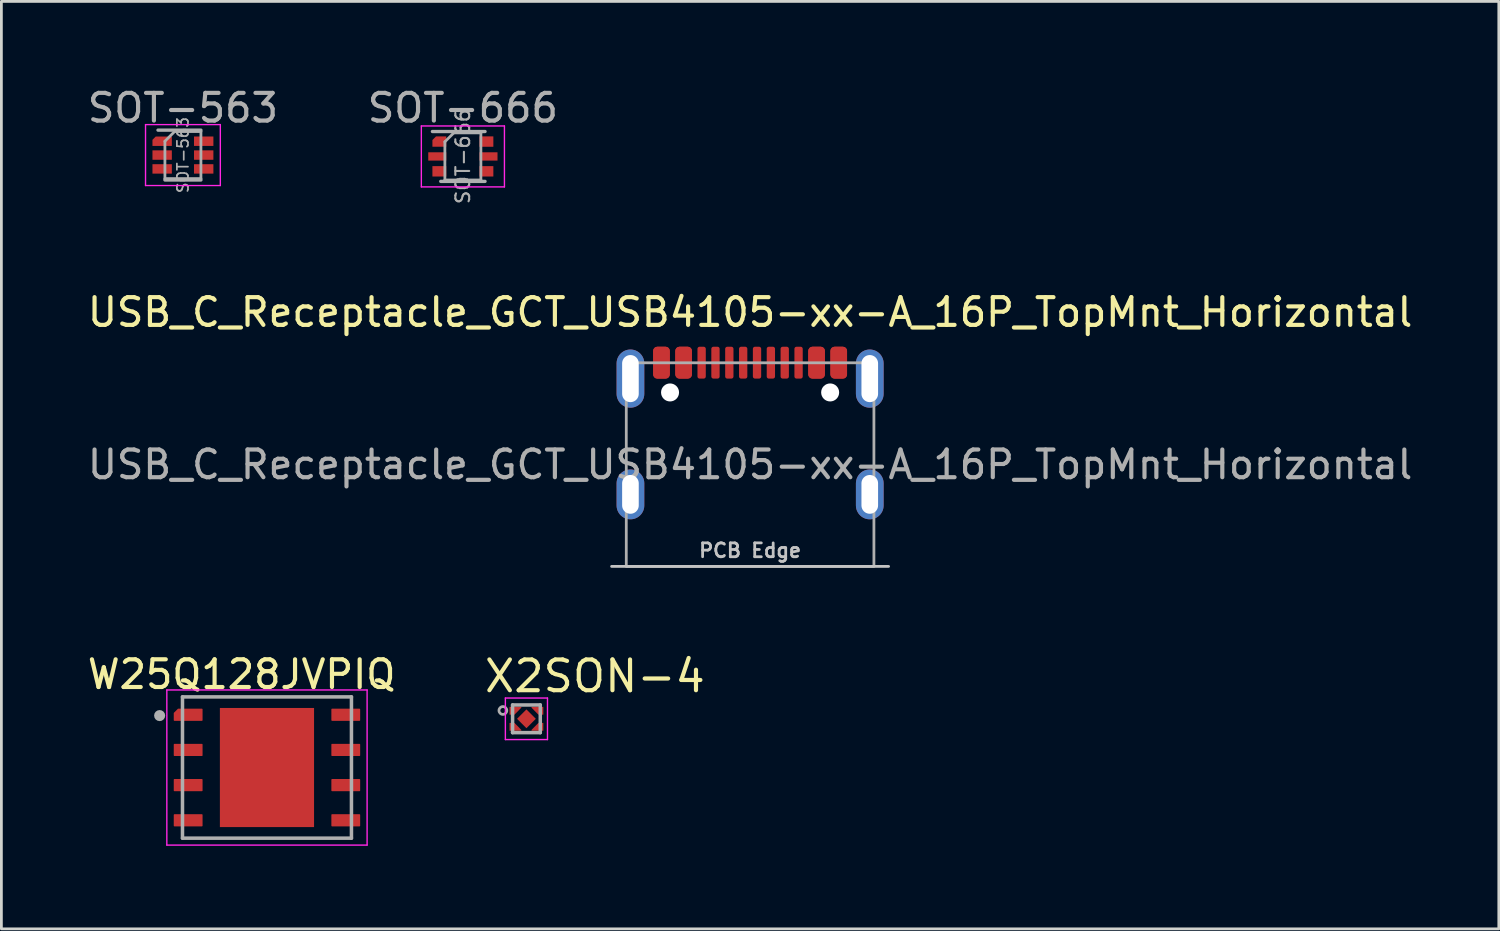
<source format=kicad_pcb>
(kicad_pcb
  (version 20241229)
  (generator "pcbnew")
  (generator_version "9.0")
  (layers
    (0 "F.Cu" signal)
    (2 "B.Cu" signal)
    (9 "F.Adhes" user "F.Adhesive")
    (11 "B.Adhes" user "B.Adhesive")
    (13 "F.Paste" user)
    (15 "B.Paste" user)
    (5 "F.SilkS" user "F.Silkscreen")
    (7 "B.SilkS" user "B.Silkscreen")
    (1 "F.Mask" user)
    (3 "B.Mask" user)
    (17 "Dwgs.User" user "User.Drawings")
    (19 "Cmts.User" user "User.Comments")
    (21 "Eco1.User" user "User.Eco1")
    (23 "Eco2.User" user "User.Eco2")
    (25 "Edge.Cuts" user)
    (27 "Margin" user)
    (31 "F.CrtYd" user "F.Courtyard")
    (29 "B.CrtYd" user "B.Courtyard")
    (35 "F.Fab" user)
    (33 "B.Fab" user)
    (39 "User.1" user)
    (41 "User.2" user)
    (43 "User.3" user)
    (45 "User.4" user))
  (footprint "W25Q128JVPIQ"
    (layer "F.Cu")
    (at 6.588 24.659)
    (property "Reference" "W25Q128JVPIQ" (at -0.915 -3.362 0) (layer "F.SilkS") (effects (font (size 1 1) (thickness 0.15))))
    (attr smd)
    (fp_poly (pts (xy -1.08 -1.36) (xy 1.08 -1.36) (xy 1.08 1.36) (xy -1.08 1.36)) (stroke (width 0.01) (type solid)) (fill yes) (layer "F.Paste"))
    (fp_line (start -3.615 -2.8) (end -3.615 2.8) (stroke (width 0.05) (type solid)) (layer "F.CrtYd"))
    (fp_line (start -3.615 -2.8) (end 3.615 -2.8) (stroke (width 0.05) (type solid)) (layer "F.CrtYd"))
    (fp_line (start -3.615 2.8) (end 3.615 2.8) (stroke (width 0.05) (type solid)) (layer "F.CrtYd"))
    (fp_line (start 3.615 -2.8) (end 3.615 2.8) (stroke (width 0.05) (type solid)) (layer "F.CrtYd"))
    (fp_line (start -3.05 -2.55) (end -3.05 2.55) (stroke (width 0.127) (type solid)) (layer "F.Fab"))
    (fp_line (start -3.05 -2.55) (end 3.05 -2.55) (stroke (width 0.127) (type solid)) (layer "F.Fab"))
    (fp_line (start -3.05 2.55) (end 3.05 2.55) (stroke (width 0.127) (type solid)) (layer "F.Fab"))
    (fp_line (start 3.05 -2.55) (end 3.05 2.55) (stroke (width 0.127) (type solid)) (layer "F.Fab"))
    (fp_circle (center -3.875 -1.875) (end -3.775 -1.875) (stroke (width 0.2) (type solid)) (fill no) (layer "F.Fab"))
    (pad "1" smd roundrect (at -2.845 -1.905) (size 1.04 0.44) (layers "F.Cu" "F.Mask" "F.Paste") (roundrect_rratio 0.06) (chamfer_ratio 0.35) (chamfer top_left))
    (pad "2" smd roundrect (at -2.845 -0.635) (size 1.04 0.44) (layers "F.Cu" "F.Mask" "F.Paste") (roundrect_rratio 0.06))
    (pad "3" smd roundrect (at -2.845 0.635) (size 1.04 0.44) (layers "F.Cu" "F.Mask" "F.Paste") (roundrect_rratio 0.06))
    (pad "4" smd roundrect (at -2.845 1.905) (size 1.04 0.44) (layers "F.Cu" "F.Mask" "F.Paste") (roundrect_rratio 0.06))
    (pad "5" smd roundrect (at 2.845 1.905) (size 1.04 0.44) (layers "F.Cu" "F.Mask" "F.Paste") (roundrect_rratio 0.06))
    (pad "6" smd roundrect (at 2.845 0.635) (size 1.04 0.44) (layers "F.Cu" "F.Mask" "F.Paste") (roundrect_rratio 0.06))
    (pad "7" smd roundrect (at 2.845 -0.635) (size 1.04 0.44) (layers "F.Cu" "F.Mask" "F.Paste") (roundrect_rratio 0.06))
    (pad "8" smd roundrect (at 2.845 -1.905) (size 1.04 0.44) (layers "F.Cu" "F.Mask" "F.Paste") (roundrect_rratio 0.06))
    (pad "9" smd rect (at 0 0) (size 3.4 4.3) (layers "F.Cu" "F.Mask")))
  (footprint "USB_C_Receptacle_GCT_USB4105-xx-A_16P_TopMnt_Horizontal"
    (layer "F.Cu")
    (at 24.03 13.723)
    (property "Reference" "USB_C_Receptacle_GCT_USB4105-xx-A_16P_TopMnt_Horizontal" (at 0 -5.5 0) (unlocked yes) (layer "F.SilkS") (effects (font (size 1 1) (thickness 0.15))))
    (attr smd)
    (fp_line (start 5 3.675) (end -5 3.675) (stroke (width 0.1) (type solid)) (layer "Dwgs.User"))
    (fp_rect (start -4.47 -3.675) (end 4.47 3.675) (stroke (width 0.1) (type solid)) (fill no) (layer "F.Fab"))
    (fp_text user "PCB Edge" (at 0 3.1 0) (unlocked yes) (layer "Dwgs.User") (effects (font (size 0.5 0.5) (thickness 0.1))))
    (fp_text user "${REFERENCE}" (at 0 0 0) (unlocked yes) (layer "F.Fab") (effects (font (size 1 1) (thickness 0.15))))
    (pad "" np_thru_hole circle (at -2.89 -2.605) (size 0.65 0.65) (drill 0.65) (layers "*.Cu" "*.Mask"))
    (pad "" np_thru_hole circle (at 2.89 -2.605) (size 0.65 0.65) (drill 0.65) (layers "*.Cu" "*.Mask"))
    (pad "A1" smd roundrect (at -3.2 -3.68) (size 0.6 1.15) (layers "F.Cu" "F.Mask" "F.Paste") (roundrect_rratio 0.25))
    (pad "A4" smd roundrect (at -2.4 -3.68) (size 0.6 1.15) (layers "F.Cu" "F.Mask" "F.Paste") (roundrect_rratio 0.25))
    (pad "A5" smd roundrect (at -1.25 -3.68) (size 0.3 1.15) (layers "F.Cu" "F.Mask" "F.Paste") (roundrect_rratio 0.25))
    (pad "A6" smd roundrect (at -0.25 -3.68) (size 0.3 1.15) (layers "F.Cu" "F.Mask" "F.Paste") (roundrect_rratio 0.25))
    (pad "A7" smd roundrect (at 0.25 -3.68) (size 0.3 1.15) (layers "F.Cu" "F.Mask" "F.Paste") (roundrect_rratio 0.25))
    (pad "A8" smd roundrect (at 1.25 -3.68) (size 0.3 1.15) (layers "F.Cu" "F.Mask" "F.Paste") (roundrect_rratio 0.25))
    (pad "A9" smd roundrect (at 2.4 -3.68) (size 0.6 1.15) (layers "F.Cu" "F.Mask" "F.Paste") (roundrect_rratio 0.25))
    (pad "A12" smd roundrect (at 3.2 -3.68) (size 0.6 1.15) (layers "F.Cu" "F.Mask" "F.Paste") (roundrect_rratio 0.25))
    (pad "B1" smd roundrect (at 3.2 -3.68) (size 0.6 1.15) (layers "F.Cu" "F.Mask" "F.Paste") (roundrect_rratio 0.25))
    (pad "B4" smd roundrect (at 2.4 -3.68) (size 0.6 1.15) (layers "F.Cu" "F.Mask" "F.Paste") (roundrect_rratio 0.25))
    (pad "B5" smd roundrect (at 1.75 -3.68) (size 0.3 1.15) (layers "F.Cu" "F.Mask" "F.Paste") (roundrect_rratio 0.25))
    (pad "B6" smd roundrect (at 0.75 -3.68) (size 0.3 1.15) (layers "F.Cu" "F.Mask" "F.Paste") (roundrect_rratio 0.25))
    (pad "B7" smd roundrect (at -0.75 -3.68) (size 0.3 1.15) (layers "F.Cu" "F.Mask" "F.Paste") (roundrect_rratio 0.25))
    (pad "B8" smd roundrect (at -1.75 -3.68) (size 0.3 1.15) (layers "F.Cu" "F.Mask" "F.Paste") (roundrect_rratio 0.25))
    (pad "B9" smd roundrect (at -2.4 -3.68) (size 0.6 1.15) (layers "F.Cu" "F.Mask" "F.Paste") (roundrect_rratio 0.25))
    (pad "B12" smd roundrect (at -3.2 -3.68) (size 0.6 1.15) (layers "F.Cu" "F.Mask" "F.Paste") (roundrect_rratio 0.25))
    (pad "S1" thru_hole oval (at -4.32 -3.105) (size 1 2.1) (drill oval 0.6 1.7) (layers "*.Cu" "*.Mask" "F.Paste"))
    (pad "S2" thru_hole oval (at -4.32 1.075) (size 1 1.8) (drill oval 0.6 1.4) (layers "*.Cu" "*.Mask" "F.Paste"))
    (pad "S3" thru_hole oval (at 4.32 1.075) (size 1 1.8) (drill oval 0.6 1.4) (layers "*.Cu" "*.Mask" "F.Paste"))
    (pad "S4" thru_hole oval (at 4.32 -3.105) (size 1 2.1) (drill oval 0.6 1.7) (layers "*.Cu" "*.Mask" "F.Paste")))
  (footprint "SOT-666"
    (layer "F.Cu")
    (at 13.661 2.598)
    (property "Reference" "SOT-666" (at 0 -1.75 0) (layer "F.Fab") (effects (font (size 1 1) (thickness 0.15))))
    (attr smd)
    (fp_line (start -1.5 -1.1) (end -1.5 1.1) (stroke (width 0.05) (type solid)) (layer "F.CrtYd"))
    (fp_line (start -1.5 -1.1) (end 1.5 -1.1) (stroke (width 0.05) (type solid)) (layer "F.CrtYd"))
    (fp_line (start -1.5 1.1) (end 1.5 1.1) (stroke (width 0.05) (type solid)) (layer "F.CrtYd"))
    (fp_line (start 1.5 1.1) (end 1.5 -1.1) (stroke (width 0.05) (type solid)) (layer "F.CrtYd"))
    (fp_line (start -0.8 0.9) (end 0.8 0.9) (stroke (width 0.12) (type solid)) (layer "F.Fab"))
    (fp_line (start -0.65 -0.53) (end -0.65 0.85) (stroke (width 0.1) (type solid)) (layer "F.Fab"))
    (fp_line (start -0.65 -0.53) (end -0.33 -0.85) (stroke (width 0.1) (type solid)) (layer "F.Fab"))
    (fp_line (start 0.65 -0.85) (end -0.33 -0.85) (stroke (width 0.1) (type solid)) (layer "F.Fab"))
    (fp_line (start 0.65 -0.85) (end 0.65 0.85) (stroke (width 0.1) (type solid)) (layer "F.Fab"))
    (fp_line (start 0.65 0.85) (end -0.65 0.85) (stroke (width 0.1) (type solid)) (layer "F.Fab"))
    (fp_line (start 0.8 -0.9) (end -1.1 -0.9) (stroke (width 0.12) (type solid)) (layer "F.Fab"))
    (fp_text user "${REFERENCE}" (at 0 0 90) (layer "F.Fab") (effects (font (size 0.5 0.5) (thickness 0.075))))
    (pad "1" smd roundrect (at -0.85 -0.537) (size 0.5 0.375) (layers "F.Cu" "F.Mask" "F.Paste") (roundrect_rratio 0) (chamfer_ratio 0.35) (chamfer top_left))
    (pad "2" smd rect (at -0.925 0) (size 0.65 0.3) (layers "F.Cu" "F.Mask" "F.Paste"))
    (pad "3" smd rect (at -0.85 0.537) (size 0.5 0.375) (layers "F.Cu" "F.Mask" "F.Paste"))
    (pad "4" smd rect (at 0.85 0.537) (size 0.5 0.375) (layers "F.Cu" "F.Mask" "F.Paste"))
    (pad "5" smd rect (at 0.925 0) (size 0.65 0.3) (layers "F.Cu" "F.Mask" "F.Paste"))
    (pad "6" smd rect (at 0.85 -0.537) (size 0.5 0.375) (layers "F.Cu" "F.Mask" "F.Paste")))
  (footprint "SOT-563"
    (layer "F.Cu")
    (at 3.554 2.548)
    (property "Reference" "SOT-563" (at 0 -1.7 0) (layer "F.Fab") (effects (font (size 1 1) (thickness 0.15))))
    (attr smd)
    (fp_line (start -1.35 -1.1) (end -1.35 1.1) (stroke (width 0.05) (type solid)) (layer "F.CrtYd"))
    (fp_line (start -1.35 -1.1) (end 1.35 -1.1) (stroke (width 0.05) (type solid)) (layer "F.CrtYd"))
    (fp_line (start 1.35 1.1) (end -1.35 1.1) (stroke (width 0.05) (type solid)) (layer "F.CrtYd"))
    (fp_line (start 1.35 1.1) (end 1.35 -1.1) (stroke (width 0.05) (type solid)) (layer "F.CrtYd"))
    (fp_line (start -0.9 -0.9) (end 0.65 -0.9) (stroke (width 0.12) (type solid)) (layer "F.Fab"))
    (fp_line (start -0.65 -0.5) (end -0.65 0.85) (stroke (width 0.1) (type solid)) (layer "F.Fab"))
    (fp_line (start -0.65 -0.5) (end -0.3 -0.85) (stroke (width 0.1) (type solid)) (layer "F.Fab"))
    (fp_line (start -0.65 0.85) (end 0.65 0.85) (stroke (width 0.1) (type solid)) (layer "F.Fab"))
    (fp_line (start 0.65 -0.85) (end -0.3 -0.85) (stroke (width 0.1) (type solid)) (layer "F.Fab"))
    (fp_line (start 0.65 0.85) (end 0.65 -0.85) (stroke (width 0.1) (type solid)) (layer "F.Fab"))
    (fp_line (start 0.65 0.9) (end -0.65 0.9) (stroke (width 0.12) (type solid)) (layer "F.Fab"))
    (fp_text user "${REFERENCE}" (at 0 0 90) (layer "F.Fab") (effects (font (size 0.4 0.4) (thickness 0.062))))
    (pad "1" smd roundrect (at -0.75 -0.5) (size 0.7 0.34) (layers "F.Cu" "F.Mask" "F.Paste") (roundrect_rratio 0) (chamfer_ratio 0.35) (chamfer top_left))
    (pad "2" smd rect (at -0.75 0) (size 0.7 0.34) (layers "F.Cu" "F.Mask" "F.Paste"))
    (pad "3" smd rect (at -0.75 0.5) (size 0.7 0.34) (layers "F.Cu" "F.Mask" "F.Paste"))
    (pad "4" smd rect (at 0.75 0.5) (size 0.7 0.34) (layers "F.Cu" "F.Mask" "F.Paste"))
    (pad "5" smd rect (at 0.75 0) (size 0.7 0.34) (layers "F.Cu" "F.Mask" "F.Paste"))
    (pad "6" smd rect (at 0.75 -0.5) (size 0.7 0.34) (layers "F.Cu" "F.Mask" "F.Paste")))
  (footprint "X2SON-4"
    (layer "F.Cu")
    (at 15.955 22.9)
    (property "Reference" "X2SON-4" (at 2.471 -1.538 0) (layer "F.SilkS") (effects (font (size 1.111 1.111) (thickness 0.15))))
    (attr through_hole)
    (fp_poly (pts (xy 0 -0.411) (xy 0.413 0.002) (xy 0 0.415) (xy -0.413 0.002)) (stroke (width 0.01) (type solid)) (fill yes) (layer "F.Mask"))
    (fp_poly (pts (xy -0.135 -0.48) (xy -0.66 -0.48) (xy -0.66 -0.1) (xy -0.38 -0.1) (xy -0.135 -0.35)) (stroke (width 0) (type solid)) (fill yes) (layer "F.Mask"))
    (fp_poly (pts (xy -0.135 0.48) (xy -0.66 0.48) (xy -0.66 0.1) (xy -0.38 0.1) (xy -0.135 0.35)) (stroke (width 0) (type solid)) (fill yes) (layer "F.Mask"))
    (fp_poly (pts (xy 0.135 -0.48) (xy 0.66 -0.48) (xy 0.66 -0.1) (xy 0.38 -0.1) (xy 0.135 -0.35)) (stroke (width 0) (type solid)) (fill yes) (layer "F.Mask"))
    (fp_poly (pts (xy 0.135 0.48) (xy 0.66 0.48) (xy 0.66 0.1) (xy 0.38 0.1) (xy 0.135 0.35)) (stroke (width 0) (type solid)) (fill yes) (layer "F.Mask"))
    (fp_poly (pts (xy 0 -0.343) (xy 0.342 -0.002) (xy 0 0.34) (xy -0.342 -0.002)) (stroke (width 0.01) (type solid)) (fill yes) (layer "F.Paste"))
    (fp_poly (pts (xy -0.185 -0.43) (xy -0.61 -0.43) (xy -0.61 -0.15) (xy -0.43 -0.15) (xy -0.185 -0.4)) (stroke (width 0) (type solid)) (fill yes) (layer "F.Paste"))
    (fp_poly (pts (xy -0.185 0.43) (xy -0.61 0.43) (xy -0.61 0.15) (xy -0.43 0.15) (xy -0.185 0.4)) (stroke (width 0) (type solid)) (fill yes) (layer "F.Paste"))
    (fp_poly (pts (xy 0.185 -0.43) (xy 0.61 -0.43) (xy 0.61 -0.15) (xy 0.43 -0.15) (xy 0.185 -0.4)) (stroke (width 0) (type solid)) (fill yes) (layer "F.Paste"))
    (fp_poly (pts (xy 0.185 0.43) (xy 0.61 0.43) (xy 0.61 0.15) (xy 0.43 0.15) (xy 0.185 0.4)) (stroke (width 0) (type solid)) (fill yes) (layer "F.Paste"))
    (fp_line (start -0.76 -0.75) (end 0.76 -0.75) (stroke (width 0.05) (type solid)) (layer "F.CrtYd"))
    (fp_line (start -0.76 0.75) (end -0.76 -0.75) (stroke (width 0.05) (type solid)) (layer "F.CrtYd"))
    (fp_line (start 0.76 -0.75) (end 0.76 0.75) (stroke (width 0.05) (type solid)) (layer "F.CrtYd"))
    (fp_line (start 0.76 0.75) (end -0.76 0.75) (stroke (width 0.05) (type solid)) (layer "F.CrtYd"))
    (fp_line (start -0.5 -0.5) (end 0.5 -0.5) (stroke (width 0.127) (type solid)) (layer "F.Fab"))
    (fp_line (start -0.5 0.5) (end -0.5 -0.5) (stroke (width 0.127) (type solid)) (layer "F.Fab"))
    (fp_line (start 0.5 -0.5) (end 0.5 0.5) (stroke (width 0.127) (type solid)) (layer "F.Fab"))
    (fp_line (start 0.5 0.5) (end -0.5 0.5) (stroke (width 0.127) (type solid)) (layer "F.Fab"))
    (fp_circle (center -0.85 -0.3) (end -0.709 -0.3) (stroke (width 0.1) (type solid)) (fill no) (layer "F.Fab"))
    (pad "1" smd custom (at -0.435 -0.335) (size 0.2 0.13) (layers "F.Cu") (options (anchor rect)) (primitives (gr_poly (pts (xy 0.25 -0.095) (xy -0.175 -0.095) (xy -0.175 0.185) (xy 0.005 0.185) (xy 0.25 -0.065)) (width 0) (fill yes))))
    (pad "2" smd custom (at -0.435 0.335) (size 0.2 0.13) (layers "F.Cu") (options (anchor rect)) (primitives (gr_poly (pts (xy 0.25 0.095) (xy -0.175 0.095) (xy -0.175 -0.185) (xy 0.005 -0.185) (xy 0.25 0.065)) (width 0) (fill yes))))
    (pad "3" smd custom (at 0.435 0.335) (size 0.2 0.13) (layers "F.Cu") (options (anchor rect)) (primitives (gr_poly (pts (xy -0.25 0.095) (xy 0.175 0.095) (xy 0.175 -0.185) (xy -0.005 -0.185) (xy -0.25 0.065)) (width 0) (fill yes))))
    (pad "4" smd custom (at 0.435 -0.335) (size 0.2 0.13) (layers "F.Cu") (options (anchor rect)) (primitives (gr_poly (pts (xy -0.25 -0.095) (xy 0.175 -0.095) (xy 0.175 0.185) (xy -0.005 0.185) (xy -0.25 -0.065)) (width 0) (fill yes))))
    (pad "5" smd rect (at 0 0 315) (size 0.48 0.48) (layers "F.Cu")))
  (gr_rect
    (start -3 -3)
    (end 51.06 30.484)
    (stroke (width 0.1) (type default))
    (fill no)
    (layer "Edge.Cuts")))
</source>
